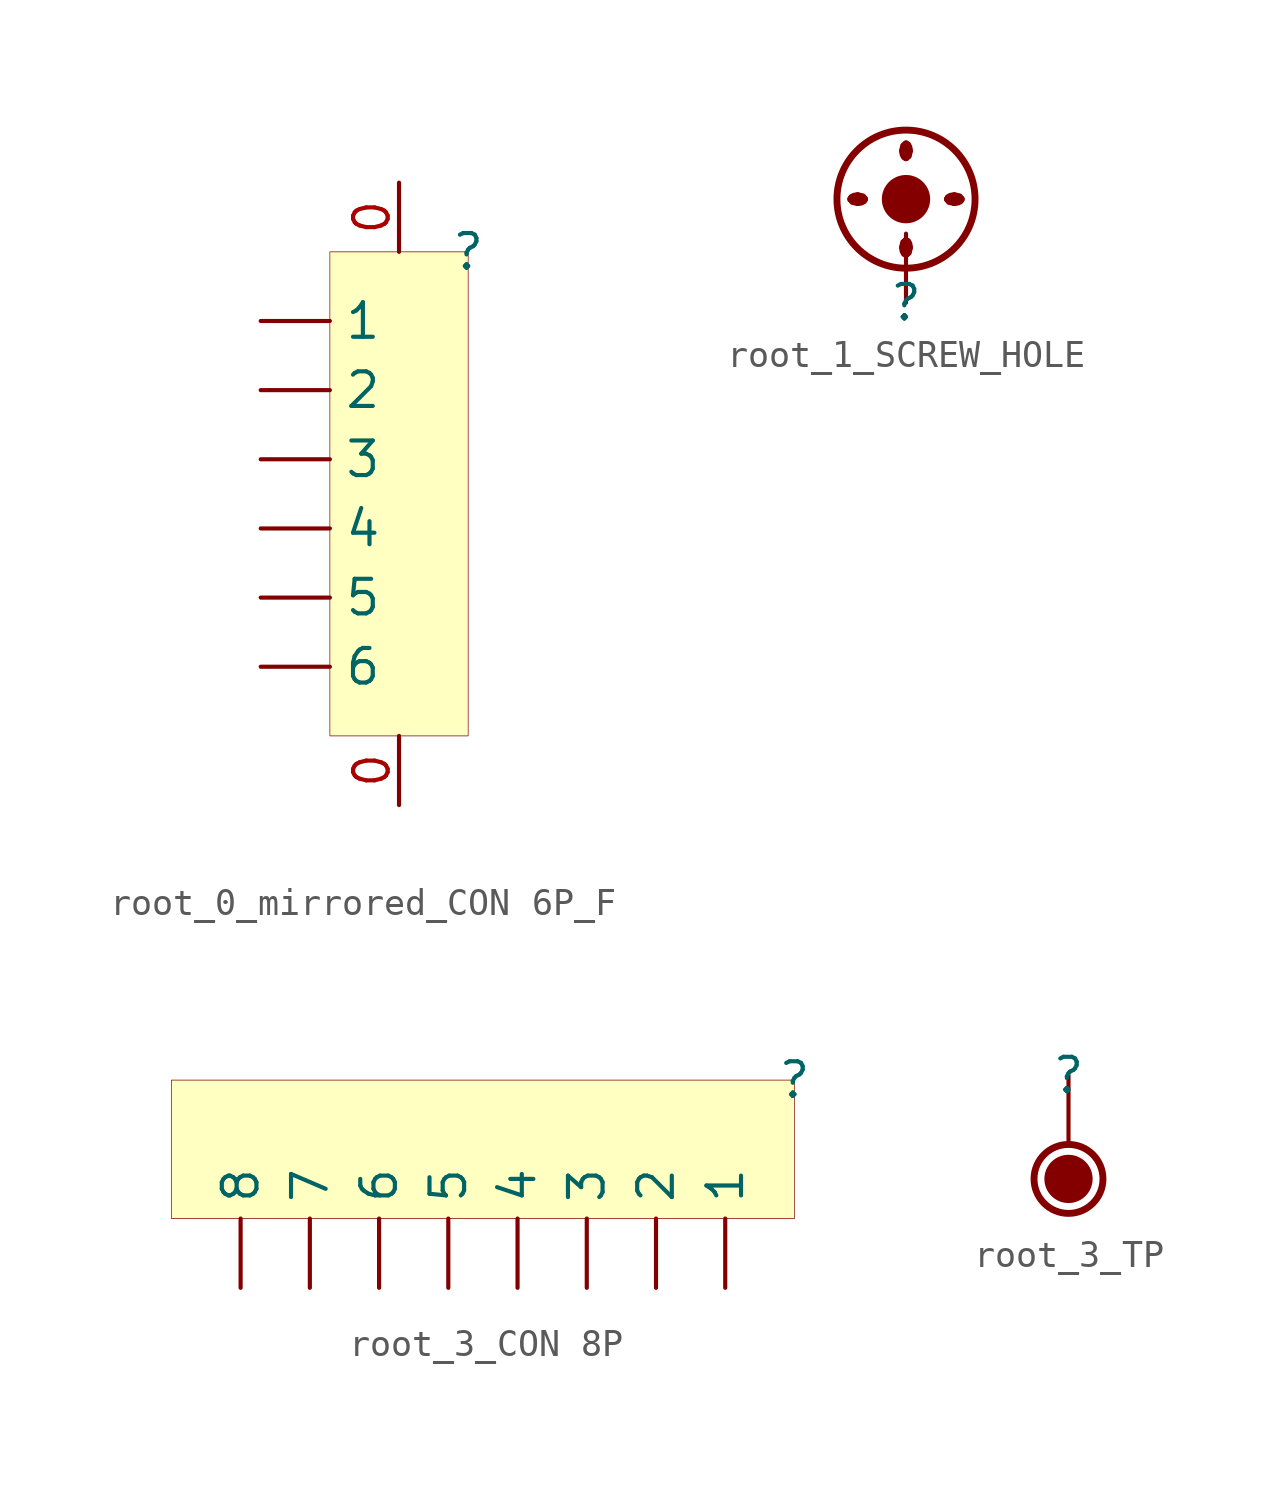
<source format=kicad_sym>
(kicad_symbol_lib
  (version 20231120)
  (generator "kicad_symbol_editor")
  (generator_version "8.0")
  (symbol "root_0_mirrored_CON 6P_F"
    (property "Reference" ""
      (at 0 0 0)
      (effects (font (size 1.27 1.27))))
    (property "Value" ""
      (at 0 0 0)
      (effects (font (size 1.27 1.27))))
    (symbol "root_0_mirrored_CON 6P_F_1_0"
      (rectangle (start 0 0) (end -5.08 -17.78) (stroke (width 0.025) (type solid) (color 128 0 0 1)) (fill (type background)))
      (pin passive line (at -2.54 -20.32 90) (length 2.54) (name "0" (effects (font (size 0 0)))) (number "0" (effects (font (size 1.27 1.27)))))
      (pin passive line (at -2.54 2.54 270) (length 2.54) (name "0" (effects (font (size 0 0)))) (number "0" (effects (font (size 1.27 1.27)))))
      (pin passive line (at -7.62 -2.54 0) (length 2.54) (name "1" (effects (font (size 1.27 1.27)))) (number "1" (effects (font (size 0 0)))))
      (pin passive line (at -7.62 -5.08 0) (length 2.54) (name "2" (effects (font (size 1.27 1.27)))) (number "2" (effects (font (size 0 0)))))
      (pin passive line (at -7.62 -7.62 0) (length 2.54) (name "3" (effects (font (size 1.27 1.27)))) (number "3" (effects (font (size 0 0)))))
      (pin passive line (at -7.62 -10.16 0) (length 2.54) (name "4" (effects (font (size 1.27 1.27)))) (number "4" (effects (font (size 0 0)))))
      (pin passive line (at -7.62 -12.7 0) (length 2.54) (name "5" (effects (font (size 1.27 1.27)))) (number "5" (effects (font (size 0 0)))))
      (pin passive line (at -7.62 -15.24 0) (length 2.54) (name "6" (effects (font (size 1.27 1.27)))) (number "6" (effects (font (size 0 0)))))))
  (symbol "root_1_SCREW_HOLE"
    (property "Reference" ""
      (at 0 0 0)
      (effects (font (size 1.27 1.27))))
    (property "Value" ""
      (at 0 0 0)
      (effects (font (size 1.27 1.27))))
    (symbol "root_1_SCREW_HOLE_1_0"
      (bezier (pts (xy -2.032 3.81) (xy -2.032 3.74) (xy -1.918 3.683) (xy -1.778 3.683)) (stroke (width 0.254) (type solid)) (fill (type outline)))
      (bezier (pts (xy -1.778 3.683) (xy -1.638 3.683) (xy -1.524 3.74) (xy -1.524 3.81)) (stroke (width 0.254) (type solid)) (fill (type outline)))
      (bezier (pts (xy -1.778 3.937) (xy -1.918 3.937) (xy -2.032 3.88) (xy -2.032 3.81)) (stroke (width 0.254) (type solid)) (fill (type outline)))
      (bezier (pts (xy -1.524 3.81) (xy -1.524 3.88) (xy -1.638 3.937) (xy -1.778 3.937)) (stroke (width 0.254) (type solid)) (fill (type outline)))
      (bezier (pts (xy -0.127 2.032) (xy -0.127 1.892) (xy -0.07 1.778) (xy 0 1.778)) (stroke (width 0.254) (type solid)) (fill (type outline)))
      (bezier (pts (xy -0.127 5.588) (xy -0.127 5.448) (xy -0.07 5.334) (xy 0 5.334)) (stroke (width 0.254) (type solid)) (fill (type outline)))
      (polyline (pts (xy -1.524 3.81) (xy -1.778 3.937) (xy -2.032 3.81) (xy -1.778 3.683) (xy -1.524 3.81)) (stroke (width -0.0001) (type default)) (fill (type outline)))
      (polyline (pts (xy 0.127 2.032) (xy 0 2.286) (xy -0.127 2.032) (xy 0 1.778) (xy 0.127 2.032)) (stroke (width -0.0001) (type default)) (fill (type outline)))
      (polyline (pts (xy 0.127 5.588) (xy 0 5.842) (xy -0.127 5.588) (xy 0 5.334) (xy 0.127 5.588)) (stroke (width -0.0001) (type default)) (fill (type outline)))
      (polyline (pts (xy 2.032 3.81) (xy 1.778 3.937) (xy 1.524 3.81) (xy 1.778 3.683) (xy 2.032 3.81)) (stroke (width -0.0001) (type default)) (fill (type outline)))
      (bezier (pts (xy 0 1.778) (xy 0.07 1.778) (xy 0.127 1.892) (xy 0.127 2.032)) (stroke (width 0.254) (type solid)) (fill (type outline)))
      (bezier (pts (xy 0 2.286) (xy -0.07 2.286) (xy -0.127 2.172) (xy -0.127 2.032)) (stroke (width 0.254) (type solid)) (fill (type outline)))
      (circle (center 0 3.81) (radius 0.762) (stroke (width 0.254) (type solid)) (fill (type outline)))
      (circle (center 0 3.81) (radius 2.54) (stroke (width 0.254) (type solid)) (fill (type none)))
      (bezier (pts (xy 0 5.334) (xy 0.07 5.334) (xy 0.127 5.448) (xy 0.127 5.588)) (stroke (width 0.254) (type solid)) (fill (type outline)))
      (bezier (pts (xy 0 5.842) (xy -0.07 5.842) (xy -0.127 5.728) (xy -0.127 5.588)) (stroke (width 0.254) (type solid)) (fill (type outline)))
      (bezier (pts (xy 0.127 2.032) (xy 0.127 2.172) (xy 0.07 2.286) (xy 0 2.286)) (stroke (width 0.254) (type solid)) (fill (type outline)))
      (bezier (pts (xy 0.127 5.588) (xy 0.127 5.728) (xy 0.07 5.842) (xy 0 5.842)) (stroke (width 0.254) (type solid)) (fill (type outline)))
      (bezier (pts (xy 1.524 3.81) (xy 1.524 3.74) (xy 1.638 3.683) (xy 1.778 3.683)) (stroke (width 0.254) (type solid)) (fill (type outline)))
      (bezier (pts (xy 1.778 3.683) (xy 1.918 3.683) (xy 2.032 3.74) (xy 2.032 3.81)) (stroke (width 0.254) (type solid)) (fill (type outline)))
      (bezier (pts (xy 1.778 3.937) (xy 1.638 3.937) (xy 1.524 3.88) (xy 1.524 3.81)) (stroke (width 0.254) (type solid)) (fill (type outline)))
      (bezier (pts (xy 2.032 3.81) (xy 2.032 3.88) (xy 1.918 3.937) (xy 1.778 3.937)) (stroke (width 0.254) (type solid)) (fill (type outline)))
      (pin passive line (at 0 0 90) (length 2.54) (name "1" (effects (font (size 0 0)))) (number "1" (effects (font (size 0 0)))))))
  (symbol "root_3_CON 8P"
    (property "Reference" ""
      (at 0 0 0)
      (effects (font (size 1.27 1.27))))
    (property "Value" ""
      (at 0 0 0)
      (effects (font (size 1.27 1.27))))
    (symbol "root_3_CON 8P_1_0"
      (rectangle (start 0 0) (end -22.86 -5.08) (stroke (width 0.025) (type solid) (color 128 0 0 1)) (fill (type background)))
      (pin passive line (at -2.54 -7.62 90) (length 2.54) (name "1" (effects (font (size 1.27 1.27)))) (number "1" (effects (font (size 0 0)))))
      (pin passive line (at -5.08 -7.62 90) (length 2.54) (name "2" (effects (font (size 1.27 1.27)))) (number "2" (effects (font (size 0 0)))))
      (pin passive line (at -7.62 -7.62 90) (length 2.54) (name "3" (effects (font (size 1.27 1.27)))) (number "3" (effects (font (size 0 0)))))
      (pin passive line (at -10.16 -7.62 90) (length 2.54) (name "4" (effects (font (size 1.27 1.27)))) (number "4" (effects (font (size 0 0)))))
      (pin passive line (at -12.7 -7.62 90) (length 2.54) (name "5" (effects (font (size 1.27 1.27)))) (number "5" (effects (font (size 0 0)))))
      (pin passive line (at -15.24 -7.62 90) (length 2.54) (name "6" (effects (font (size 1.27 1.27)))) (number "6" (effects (font (size 0 0)))))
      (pin passive line (at -17.78 -7.62 90) (length 2.54) (name "7" (effects (font (size 1.27 1.27)))) (number "7" (effects (font (size 0 0)))))
      (pin passive line (at -20.32 -7.62 90) (length 2.54) (name "8" (effects (font (size 1.27 1.27)))) (number "8" (effects (font (size 0 0)))))))
  (symbol "root_3_TP"
    (property "Reference" ""
      (at 0 0 0)
      (effects (font (size 1.27 1.27))))
    (property "Value" ""
      (at 0 0 0)
      (effects (font (size 1.27 1.27))))
    (symbol "root_3_TP_1_0"
      (circle (center 0 -3.81) (radius 0.762) (stroke (width 0.254) (type solid)) (fill (type outline)))
      (circle (center 0 -3.81) (radius 1.27) (stroke (width 0.254) (type solid)) (fill (type none)))
      (pin passive line (at 0 0 270) (length 2.54) (name "1" (effects (font (size 0 0)))) (number "1" (effects (font (size 0 0))))))))
</source>
